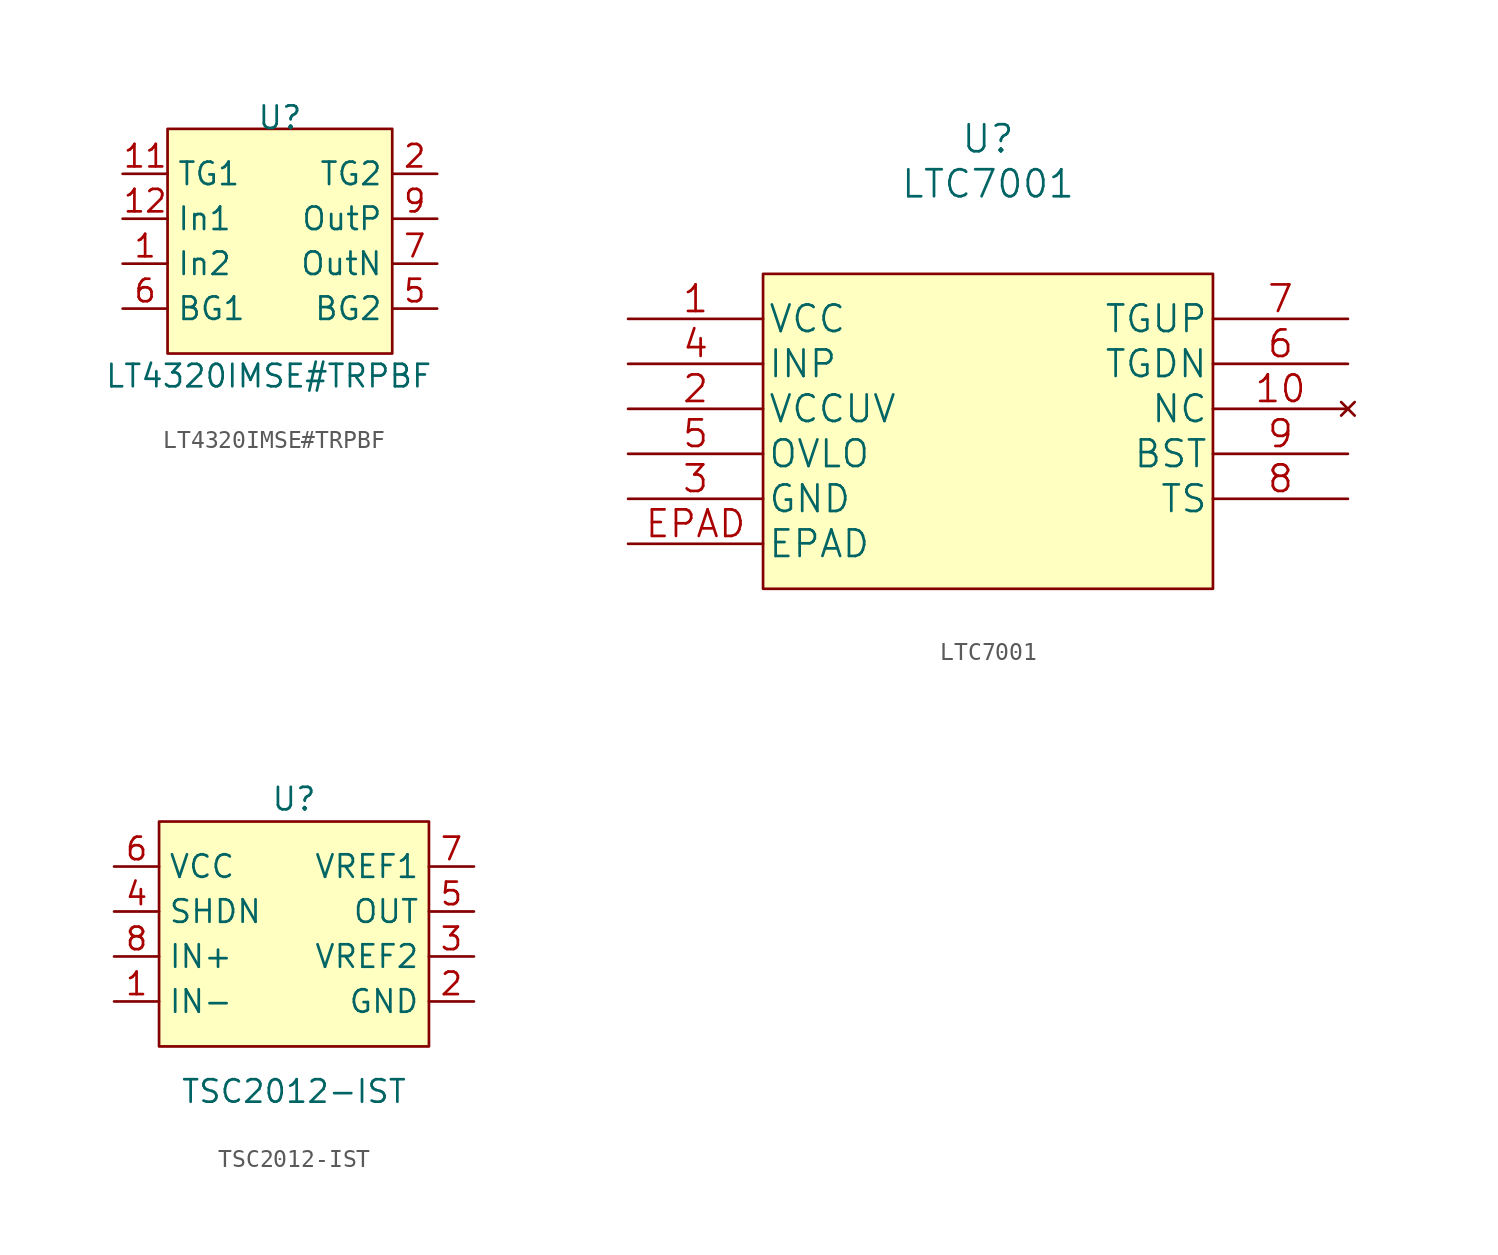
<source format=kicad_sym>
(kicad_symbol_lib
  (version 20211014)
  (generator kicad_symbol_editor)
  (symbol "LT4320IMSE#TRPBF"
    (property "Reference" "U"
      (at 0 6.985 0)
      (effects (font (size 1.27 1.27))))
    (property "Value" "LT4320IMSE#TRPBF"
      (at -0.635 -7.62 0)
      (effects (font (size 1.27 1.27))))
    (symbol "LT4320IMSE#TRPBF_0_1"
      (rectangle (start -6.35 6.35) (end 6.35 -6.35) (stroke (width 0) (type default) (color 0 0 0 0)) (fill (type background))))
    (symbol "LT4320IMSE#TRPBF_1_1"
      (pin input line (at -8.89 -1.27 0) (length 2.54) (name "In2" (effects (font (size 1.27 1.27)))) (number "1" (effects (font (size 1.27 1.27)))))
      (pin output line (at -8.89 3.81 0) (length 2.54) (name "TG1" (effects (font (size 1.27 1.27)))) (number "11" (effects (font (size 1.27 1.27)))))
      (pin input line (at -8.89 1.27 0) (length 2.54) (name "In1" (effects (font (size 1.27 1.27)))) (number "12" (effects (font (size 1.27 1.27)))))
      (pin output line (at 8.89 3.81 180) (length 2.54) (name "TG2" (effects (font (size 1.27 1.27)))) (number "2" (effects (font (size 1.27 1.27)))))
      (pin output line (at 8.89 -3.81 180) (length 2.54) (name "BG2" (effects (font (size 1.27 1.27)))) (number "5" (effects (font (size 1.27 1.27)))))
      (pin output line (at -8.89 -3.81 0) (length 2.54) (name "BG1" (effects (font (size 1.27 1.27)))) (number "6" (effects (font (size 1.27 1.27)))))
      (pin output line (at 8.89 -1.27 180) (length 2.54) (name "OutN" (effects (font (size 1.27 1.27)))) (number "7" (effects (font (size 1.27 1.27)))))
      (pin output line (at 8.89 1.27 180) (length 2.54) (name "OutP" (effects (font (size 1.27 1.27)))) (number "9" (effects (font (size 1.27 1.27)))))))
  (symbol "LTC7001"
    (pin_names
      (offset 0.254))
    (property "Reference" "U"
      (at 20.32 10.16 0)
      (effects (font (size 1.524 1.524))))
    (property "Value" "LTC7001"
      (at 20.32 7.62 0)
      (effects (font (size 1.524 1.524))))
    (symbol "LTC7001_0_1"
      (rectangle (start 7.62 2.54) (end 33.02 -15.24) (stroke (width 0) (type default) (color 0 0 0 0)) (fill (type background))))
    (symbol "LTC7001_1_1"
      (pin power_in line (at 0 0 0) (length 7.62) (name "VCC" (effects (font (size 1.499 1.499)))) (number "1" (effects (font (size 1.499 1.499)))))
      (pin no_connect line (at 40.64 -5.08 180) (length 7.62) (name "NC" (effects (font (size 1.499 1.499)))) (number "10" (effects (font (size 1.499 1.499)))))
      (pin power_in line (at 0 -5.08 0) (length 7.62) (name "VCCUV" (effects (font (size 1.499 1.499)))) (number "2" (effects (font (size 1.499 1.499)))))
      (pin power_in line (at 0 -10.16 0) (length 7.62) (name "GND" (effects (font (size 1.499 1.499)))) (number "3" (effects (font (size 1.499 1.499)))))
      (pin input line (at 0 -2.54 0) (length 7.62) (name "INP" (effects (font (size 1.499 1.499)))) (number "4" (effects (font (size 1.499 1.499)))))
      (pin input line (at 0 -7.62 0) (length 7.62) (name "OVLO" (effects (font (size 1.499 1.499)))) (number "5" (effects (font (size 1.499 1.499)))))
      (pin output line (at 40.64 -2.54 180) (length 7.62) (name "TGDN" (effects (font (size 1.499 1.499)))) (number "6" (effects (font (size 1.499 1.499)))))
      (pin output line (at 40.64 0 180) (length 7.62) (name "TGUP" (effects (font (size 1.499 1.499)))) (number "7" (effects (font (size 1.499 1.499)))))
      (pin input line (at 40.64 -10.16 180) (length 7.62) (name "TS" (effects (font (size 1.499 1.499)))) (number "8" (effects (font (size 1.499 1.499)))))
      (pin bidirectional line (at 40.64 -7.62 180) (length 7.62) (name "BST" (effects (font (size 1.499 1.499)))) (number "9" (effects (font (size 1.499 1.499)))))
      (pin power_in line (at 0 -12.7 0) (length 7.62) (name "EPAD" (effects (font (size 1.499 1.499)))) (number "EPAD" (effects (font (size 1.499 1.499)))))))
  (symbol "TSC2012-IST"
    (property "Reference" "U"
      (at 0 7.62 0)
      (effects (font (size 1.27 1.27))))
    (property "Value" "TSC2012-IST"
      (at 0 -8.89 0)
      (effects (font (size 1.27 1.27))))
    (symbol "TSC2012-IST_0_1"
      (rectangle (start -7.62 6.35) (end 7.62 -6.35) (stroke (width 0) (type default) (color 0 0 0 0)) (fill (type background))))
    (symbol "TSC2012-IST_1_1"
      (pin input line (at -10.16 -3.81 0) (length 2.54) (name "IN-" (effects (font (size 1.27 1.27)))) (number "1" (effects (font (size 1.27 1.27)))))
      (pin input line (at 10.16 -3.81 180) (length 2.54) (name "GND" (effects (font (size 1.27 1.27)))) (number "2" (effects (font (size 1.27 1.27)))))
      (pin input line (at 10.16 -1.27 180) (length 2.54) (name "VREF2" (effects (font (size 1.27 1.27)))) (number "3" (effects (font (size 1.27 1.27)))))
      (pin input line (at -10.16 1.27 0) (length 2.54) (name "SHDN" (effects (font (size 1.27 1.27)))) (number "4" (effects (font (size 1.27 1.27)))))
      (pin input line (at 10.16 1.27 180) (length 2.54) (name "OUT" (effects (font (size 1.27 1.27)))) (number "5" (effects (font (size 1.27 1.27)))))
      (pin input line (at -10.16 3.81 0) (length 2.54) (name "VCC" (effects (font (size 1.27 1.27)))) (number "6" (effects (font (size 1.27 1.27)))))
      (pin input line (at 10.16 3.81 180) (length 2.54) (name "VREF1" (effects (font (size 1.27 1.27)))) (number "7" (effects (font (size 1.27 1.27)))))
      (pin input line (at -10.16 -1.27 0) (length 2.54) (name "IN+" (effects (font (size 1.27 1.27)))) (number "8" (effects (font (size 1.27 1.27))))))))
</source>
